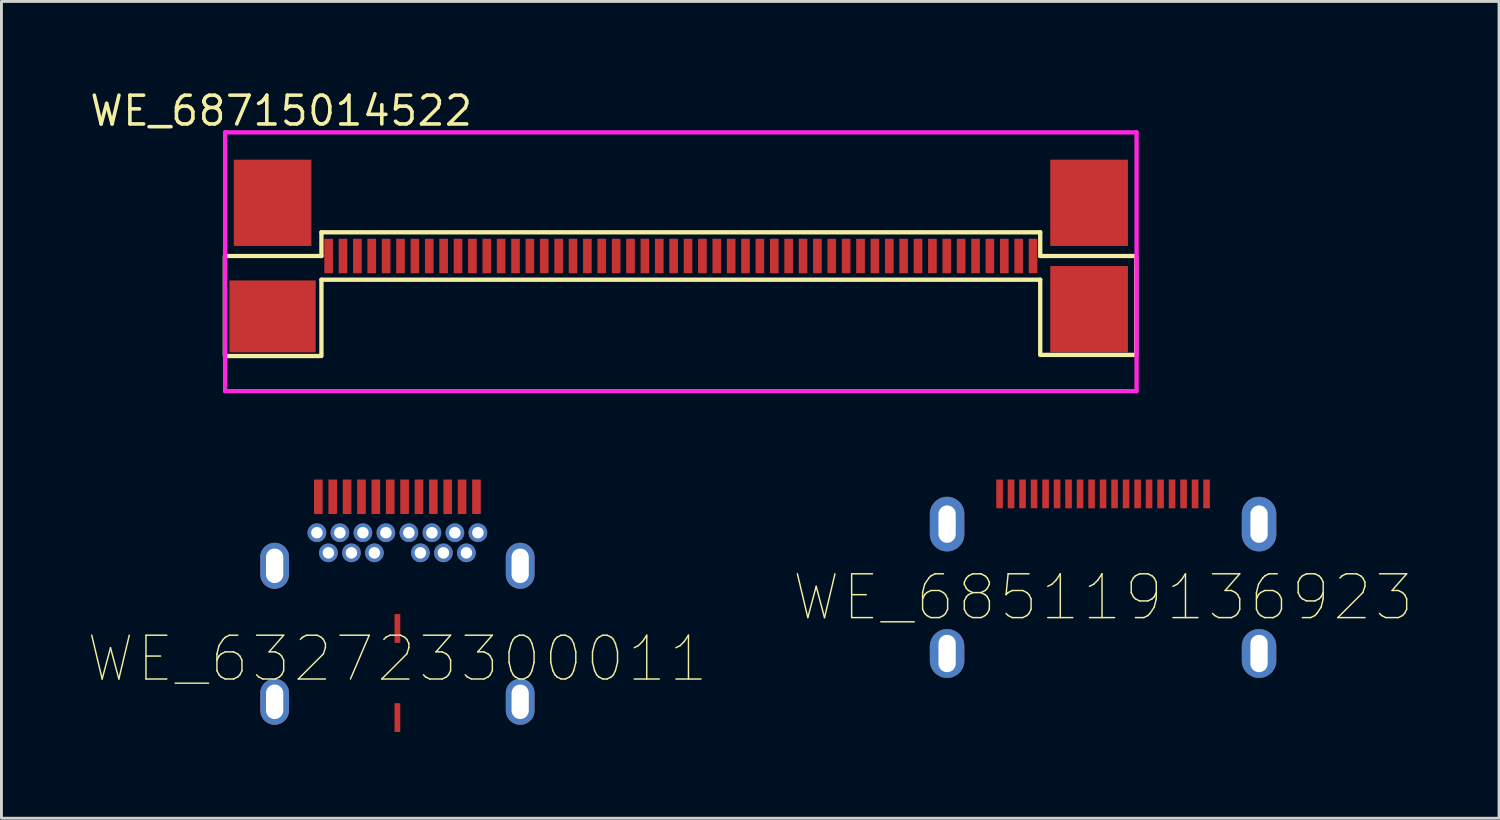
<source format=kicad_pcb>
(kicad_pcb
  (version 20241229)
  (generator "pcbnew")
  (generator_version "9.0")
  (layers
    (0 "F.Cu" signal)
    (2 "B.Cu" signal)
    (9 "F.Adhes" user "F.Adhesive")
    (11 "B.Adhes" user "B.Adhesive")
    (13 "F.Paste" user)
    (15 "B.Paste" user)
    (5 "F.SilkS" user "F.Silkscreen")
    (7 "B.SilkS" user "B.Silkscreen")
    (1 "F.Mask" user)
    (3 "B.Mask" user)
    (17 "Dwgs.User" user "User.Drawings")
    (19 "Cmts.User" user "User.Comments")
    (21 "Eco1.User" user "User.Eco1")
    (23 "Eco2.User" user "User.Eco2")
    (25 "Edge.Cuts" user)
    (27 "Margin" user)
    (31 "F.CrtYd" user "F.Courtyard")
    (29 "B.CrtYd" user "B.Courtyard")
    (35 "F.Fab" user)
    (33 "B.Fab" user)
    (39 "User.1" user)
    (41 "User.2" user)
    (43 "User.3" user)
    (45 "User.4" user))
  (footprint "WE_68715014522"
    (layer "F.Cu")
    (at 20.63 5.254)
    (property "Reference" "WE_68715014522" (at -13.9 -4.45 0) (layer "F.SilkS") (effects (font (size 1 1) (thickness 0.125))))
    (attr smd)
    (fp_line (start -15.86 4.05) (end -15.86 0.6) (stroke (width 0.15) (type solid)) (layer "F.SilkS"))
    (fp_line (start -15.83 0.6) (end -12.5 0.6) (stroke (width 0.15) (type solid)) (layer "F.SilkS"))
    (fp_line (start -12.56 4.08) (end -15.84 4.08) (stroke (width 0.15) (type solid)) (layer "F.SilkS"))
    (fp_line (start -12.5 -0.225) (end 12.5 -0.225) (stroke (width 0.15) (type solid)) (layer "F.SilkS"))
    (fp_line (start -12.5 0.6) (end -12.5 -0.225) (stroke (width 0.15) (type solid)) (layer "F.SilkS"))
    (fp_line (start -12.5 1.425) (end -12.5 4.08) (stroke (width 0.15) (type solid)) (layer "F.SilkS"))
    (fp_line (start -12.5 1.425) (end 12.5 1.425) (stroke (width 0.15) (type solid)) (layer "F.SilkS"))
    (fp_line (start 12.5 0.6) (end 12.5 -0.225) (stroke (width 0.15) (type solid)) (layer "F.SilkS"))
    (fp_line (start 12.5 1.425) (end 12.5 4.01) (stroke (width 0.15) (type solid)) (layer "F.SilkS"))
    (fp_line (start 12.5 4.04) (end 15.84 4.04) (stroke (width 0.15) (type solid)) (layer "F.SilkS"))
    (fp_line (start 15.81 0.6) (end 12.5 0.6) (stroke (width 0.15) (type solid)) (layer "F.SilkS"))
    (fp_line (start 15.84 4.04) (end 15.84 0.6) (stroke (width 0.15) (type solid)) (layer "F.SilkS"))
    (fp_line (start -15.85 -3.7) (end -15.85 5.3) (stroke (width 0.15) (type solid)) (layer "F.CrtYd"))
    (fp_line (start -15.85 5.3) (end 15.85 5.3) (stroke (width 0.15) (type solid)) (layer "F.CrtYd"))
    (fp_line (start 15.85 -3.7) (end -15.85 -3.7) (stroke (width 0.15) (type solid)) (layer "F.CrtYd"))
    (fp_line (start 15.85 5.3) (end 15.85 -3.7) (stroke (width 0.15) (type solid)) (layer "F.CrtYd"))
    (pad "1" smd rect (at -12.25 0.6) (size 0.3 1.2) (layers "F.Cu" "F.Mask" "F.Paste"))
    (pad "2" smd rect (at -11.75 0.6) (size 0.3 1.2) (layers "F.Cu" "F.Mask" "F.Paste"))
    (pad "3" smd rect (at -11.25 0.6) (size 0.3 1.2) (layers "F.Cu" "F.Mask" "F.Paste"))
    (pad "4" smd rect (at -10.75 0.6) (size 0.3 1.2) (layers "F.Cu" "F.Mask" "F.Paste"))
    (pad "5" smd rect (at -10.25 0.6) (size 0.3 1.2) (layers "F.Cu" "F.Mask" "F.Paste"))
    (pad "6" smd rect (at -9.75 0.6) (size 0.3 1.2) (layers "F.Cu" "F.Mask" "F.Paste"))
    (pad "7" smd rect (at -9.25 0.6) (size 0.3 1.2) (layers "F.Cu" "F.Mask" "F.Paste"))
    (pad "8" smd rect (at -8.75 0.6) (size 0.3 1.2) (layers "F.Cu" "F.Mask" "F.Paste"))
    (pad "9" smd rect (at -8.25 0.6) (size 0.3 1.2) (layers "F.Cu" "F.Mask" "F.Paste"))
    (pad "10" smd rect (at -7.75 0.6) (size 0.3 1.2) (layers "F.Cu" "F.Mask" "F.Paste"))
    (pad "11" smd rect (at -7.25 0.6) (size 0.3 1.2) (layers "F.Cu" "F.Mask" "F.Paste"))
    (pad "12" smd rect (at -6.75 0.6) (size 0.3 1.2) (layers "F.Cu" "F.Mask" "F.Paste"))
    (pad "13" smd rect (at -6.25 0.6) (size 0.3 1.2) (layers "F.Cu" "F.Mask" "F.Paste"))
    (pad "14" smd rect (at -5.75 0.6) (size 0.3 1.2) (layers "F.Cu" "F.Mask" "F.Paste"))
    (pad "15" smd rect (at -5.25 0.6) (size 0.3 1.2) (layers "F.Cu" "F.Mask" "F.Paste"))
    (pad "16" smd rect (at -4.75 0.6) (size 0.3 1.2) (layers "F.Cu" "F.Mask" "F.Paste"))
    (pad "17" smd rect (at -4.25 0.6) (size 0.3 1.2) (layers "F.Cu" "F.Mask" "F.Paste"))
    (pad "18" smd rect (at -3.75 0.6) (size 0.3 1.2) (layers "F.Cu" "F.Mask" "F.Paste"))
    (pad "19" smd rect (at -3.25 0.6) (size 0.3 1.2) (layers "F.Cu" "F.Mask" "F.Paste"))
    (pad "20" smd rect (at -2.75 0.6) (size 0.3 1.2) (layers "F.Cu" "F.Mask" "F.Paste"))
    (pad "21" smd rect (at -2.25 0.6) (size 0.3 1.2) (layers "F.Cu" "F.Mask" "F.Paste"))
    (pad "22" smd rect (at -1.75 0.6) (size 0.3 1.2) (layers "F.Cu" "F.Mask" "F.Paste"))
    (pad "23" smd rect (at -1.25 0.6) (size 0.3 1.2) (layers "F.Cu" "F.Mask" "F.Paste"))
    (pad "24" smd rect (at -0.75 0.6) (size 0.3 1.2) (layers "F.Cu" "F.Mask" "F.Paste"))
    (pad "25" smd rect (at -0.25 0.6) (size 0.3 1.2) (layers "F.Cu" "F.Mask" "F.Paste"))
    (pad "26" smd rect (at 0.25 0.6) (size 0.3 1.2) (layers "F.Cu" "F.Mask" "F.Paste"))
    (pad "27" smd rect (at 0.75 0.6) (size 0.3 1.2) (layers "F.Cu" "F.Mask" "F.Paste"))
    (pad "28" smd rect (at 1.25 0.6) (size 0.3 1.2) (layers "F.Cu" "F.Mask" "F.Paste"))
    (pad "29" smd rect (at 1.75 0.6) (size 0.3 1.2) (layers "F.Cu" "F.Mask" "F.Paste"))
    (pad "30" smd rect (at 2.25 0.6) (size 0.3 1.2) (layers "F.Cu" "F.Mask" "F.Paste"))
    (pad "31" smd rect (at 2.75 0.6) (size 0.3 1.2) (layers "F.Cu" "F.Mask" "F.Paste"))
    (pad "32" smd rect (at 3.25 0.6) (size 0.3 1.2) (layers "F.Cu" "F.Mask" "F.Paste"))
    (pad "33" smd rect (at 3.75 0.6) (size 0.3 1.2) (layers "F.Cu" "F.Mask" "F.Paste"))
    (pad "34" smd rect (at 4.25 0.6) (size 0.3 1.2) (layers "F.Cu" "F.Mask" "F.Paste"))
    (pad "35" smd rect (at 4.75 0.6) (size 0.3 1.2) (layers "F.Cu" "F.Mask" "F.Paste"))
    (pad "36" smd rect (at 5.25 0.6) (size 0.3 1.2) (layers "F.Cu" "F.Mask" "F.Paste"))
    (pad "37" smd rect (at 5.75 0.6) (size 0.3 1.2) (layers "F.Cu" "F.Mask" "F.Paste"))
    (pad "38" smd rect (at 6.25 0.6) (size 0.3 1.2) (layers "F.Cu" "F.Mask" "F.Paste"))
    (pad "39" smd rect (at 6.75 0.6) (size 0.3 1.2) (layers "F.Cu" "F.Mask" "F.Paste"))
    (pad "40" smd rect (at 7.25 0.6) (size 0.3 1.2) (layers "F.Cu" "F.Mask" "F.Paste"))
    (pad "41" smd rect (at 7.75 0.6) (size 0.3 1.2) (layers "F.Cu" "F.Mask" "F.Paste"))
    (pad "42" smd rect (at 8.25 0.6) (size 0.3 1.2) (layers "F.Cu" "F.Mask" "F.Paste"))
    (pad "43" smd rect (at 8.75 0.6) (size 0.3 1.2) (layers "F.Cu" "F.Mask" "F.Paste"))
    (pad "44" smd rect (at 9.25 0.6) (size 0.3 1.2) (layers "F.Cu" "F.Mask" "F.Paste"))
    (pad "45" smd rect (at 9.75 0.6) (size 0.3 1.2) (layers "F.Cu" "F.Mask" "F.Paste"))
    (pad "46" smd rect (at 10.25 0.6) (size 0.3 1.2) (layers "F.Cu" "F.Mask" "F.Paste"))
    (pad "47" smd rect (at 10.75 0.6) (size 0.3 1.2) (layers "F.Cu" "F.Mask" "F.Paste"))
    (pad "48" smd rect (at 11.25 0.6) (size 0.3 1.2) (layers "F.Cu" "F.Mask" "F.Paste"))
    (pad "49" smd rect (at 11.75 0.6) (size 0.3 1.2) (layers "F.Cu" "F.Mask" "F.Paste"))
    (pad "50" smd rect (at 12.25 0.6) (size 0.3 1.2) (layers "F.Cu" "F.Mask" "F.Paste"))
    (pad "~" smd rect (at -14.2 -1.25) (size 2.7 3) (layers "F.Cu" "F.Mask" "F.Paste"))
    (pad "~" smd rect (at -14.2 2.7) (size 3 2.5) (layers "F.Cu" "F.Mask" "F.Paste"))
    (pad "~" smd rect (at 14.2 -1.25) (size 2.7 3) (layers "F.Cu" "F.Mask" "F.Paste"))
    (pad "~" smd rect (at 14.2 2.45) (size 2.7 3) (layers "F.Cu" "F.Mask" "F.Paste")))
  (footprint "WE_685119136923"
    (layer "F.Cu")
    (at 35.316 17.729)
    (property "Reference" "WE_685119136923" (at 0 0 0) (layer "F.SilkS") (effects (font (size 1.524 1.524) (thickness 0.05))))
    (attr smd)
    (pad "1" smd rect (at 3.6 -3.6) (size 0.23 1) (layers "F.Cu" "F.Mask" "F.Paste"))
    (pad "2" smd rect (at 3.2 -3.6) (size 0.23 1) (layers "F.Cu" "F.Mask" "F.Paste"))
    (pad "3" smd rect (at 2.8 -3.6) (size 0.23 1) (layers "F.Cu" "F.Mask" "F.Paste"))
    (pad "4" smd rect (at 2.4 -3.6) (size 0.23 1) (layers "F.Cu" "F.Mask" "F.Paste"))
    (pad "5" smd rect (at 2 -3.6) (size 0.23 1) (layers "F.Cu" "F.Mask" "F.Paste"))
    (pad "6" smd rect (at 1.6 -3.6) (size 0.23 1) (layers "F.Cu" "F.Mask" "F.Paste"))
    (pad "7" smd rect (at 1.2 -3.6) (size 0.23 1) (layers "F.Cu" "F.Mask" "F.Paste"))
    (pad "8" smd rect (at 0.8 -3.6) (size 0.23 1) (layers "F.Cu" "F.Mask" "F.Paste"))
    (pad "9" smd rect (at 0.4 -3.6) (size 0.23 1) (layers "F.Cu" "F.Mask" "F.Paste"))
    (pad "10" smd rect (at 0 -3.6) (size 0.23 1) (layers "F.Cu" "F.Mask" "F.Paste"))
    (pad "11" smd rect (at -0.4 -3.6) (size 0.23 1) (layers "F.Cu" "F.Mask" "F.Paste"))
    (pad "12" smd rect (at -0.8 -3.6) (size 0.23 1) (layers "F.Cu" "F.Mask" "F.Paste"))
    (pad "13" smd rect (at -1.2 -3.6) (size 0.23 1) (layers "F.Cu" "F.Mask" "F.Paste"))
    (pad "14" smd rect (at -1.6 -3.6) (size 0.23 1) (layers "F.Cu" "F.Mask" "F.Paste"))
    (pad "15" smd rect (at -2 -3.6) (size 0.23 1) (layers "F.Cu" "F.Mask" "F.Paste"))
    (pad "16" smd rect (at -2.4 -3.6) (size 0.23 1) (layers "F.Cu" "F.Mask" "F.Paste"))
    (pad "17" smd rect (at -2.8 -3.6) (size 0.23 1) (layers "F.Cu" "F.Mask" "F.Paste"))
    (pad "18" smd rect (at -3.2 -3.6) (size 0.23 1) (layers "F.Cu" "F.Mask" "F.Paste"))
    (pad "19" smd rect (at -3.6 -3.6) (size 0.23 1) (layers "F.Cu" "F.Mask" "F.Paste"))
    (pad "Shell" thru_hole oval (at -5.425 -2.55) (size 1.2 1.9) (drill oval 0.6 1.3) (layers "*.Cu" "*.Mask"))
    (pad "Shell" thru_hole oval (at -5.425 1.95) (size 1.2 1.7) (drill oval 0.6 1.3) (layers "*.Cu" "*.Mask"))
    (pad "Shell" thru_hole oval (at 5.425 -2.55) (size 1.2 1.9) (drill oval 0.6 1.3) (layers "*.Cu" "*.Mask"))
    (pad "Shell" thru_hole oval (at 5.425 1.95) (size 1.2 1.7) (drill oval 0.6 1.3) (layers "*.Cu" "*.Mask")))
  (footprint "WE_632723300011"
    (layer "F.Cu")
    (at 10.772 19.864)
    (property "Reference" "WE_632723300011" (at 0 0 0) (layer "F.SilkS") (effects (font (size 1.524 1.524) (thickness 0.05))))
    (attr smd)
    (pad "" smd rect (at -0.00008 -1.055) (size 0.2 1) (layers "F.Cu" "F.Mask" "F.Paste"))
    (pad "" smd rect (at -0.00008 2.045) (size 0.2 1) (layers "F.Cu" "F.Mask" "F.Paste"))
    (pad "A1" smd rect (at -2.75 -5.635) (size 0.3 1.2) (layers "F.Cu" "F.Mask" "F.Paste"))
    (pad "A2" smd rect (at -2.25 -5.635) (size 0.3 1.2) (layers "F.Cu" "F.Mask" "F.Paste"))
    (pad "A3" smd rect (at -1.75 -5.635) (size 0.3 1.2) (layers "F.Cu" "F.Mask" "F.Paste"))
    (pad "A4" smd rect (at -1.25 -5.635) (size 0.3 1.2) (layers "F.Cu" "F.Mask" "F.Paste"))
    (pad "A5" smd rect (at -0.75 -5.635) (size 0.3 1.2) (layers "F.Cu" "F.Mask" "F.Paste"))
    (pad "A6" smd rect (at -0.25 -5.635) (size 0.3 1.2) (layers "F.Cu" "F.Mask" "F.Paste"))
    (pad "A7" smd rect (at 0.25 -5.635) (size 0.3 1.2) (layers "F.Cu" "F.Mask" "F.Paste"))
    (pad "A8" smd rect (at 0.75 -5.635) (size 0.3 1.2) (layers "F.Cu" "F.Mask" "F.Paste"))
    (pad "A9" smd rect (at 1.25 -5.635) (size 0.3 1.2) (layers "F.Cu" "F.Mask" "F.Paste"))
    (pad "A10" smd rect (at 1.75 -5.635) (size 0.3 1.2) (layers "F.Cu" "F.Mask" "F.Paste"))
    (pad "A11" smd rect (at 2.25 -5.635) (size 0.3 1.2) (layers "F.Cu" "F.Mask" "F.Paste"))
    (pad "A12" smd rect (at 2.75 -5.635) (size 0.3 1.2) (layers "F.Cu" "F.Mask" "F.Paste"))
    (pad "B1" thru_hole circle (at 2.8 -4.385) (size 0.65 0.65) (drill 0.4) (layers "*.Cu" "*.Mask"))
    (pad "B2" thru_hole circle (at 2.4 -3.685) (size 0.65 0.65) (drill 0.4) (layers "*.Cu" "*.Mask"))
    (pad "B3" thru_hole circle (at 1.6 -3.685) (size 0.65 0.65) (drill 0.4) (layers "*.Cu" "*.Mask"))
    (pad "B4" thru_hole circle (at 1.2 -4.385) (size 0.65 0.65) (drill 0.4) (layers "*.Cu" "*.Mask"))
    (pad "B5" thru_hole circle (at 0.8 -3.685) (size 0.65 0.65) (drill 0.4) (layers "*.Cu" "*.Mask"))
    (pad "B6" thru_hole circle (at 0.4 -4.385) (size 0.65 0.65) (drill 0.4) (layers "*.Cu" "*.Mask"))
    (pad "B7" thru_hole circle (at -0.4 -4.385) (size 0.65 0.65) (drill 0.4) (layers "*.Cu" "*.Mask"))
    (pad "B8" thru_hole circle (at -0.8 -3.685) (size 0.65 0.65) (drill 0.4) (layers "*.Cu" "*.Mask"))
    (pad "B9" thru_hole circle (at -1.2 -4.385) (size 0.65 0.65) (drill 0.4) (layers "*.Cu" "*.Mask"))
    (pad "B10" thru_hole circle (at -1.6 -3.685) (size 0.65 0.65) (drill 0.4) (layers "*.Cu" "*.Mask"))
    (pad "B11" thru_hole circle (at -2.4 -3.685) (size 0.65 0.65) (drill 0.4) (layers "*.Cu" "*.Mask"))
    (pad "B12" thru_hole circle (at -2.8 -4.385) (size 0.65 0.65) (drill 0.4) (layers "*.Cu" "*.Mask"))
    (pad "Shell" thru_hole oval (at -4.27 -3.235) (size 1 1.6) (drill oval 0.6 1.2) (layers "*.Cu" "*.Mask"))
    (pad "Shell" thru_hole oval (at -4.27 1.495) (size 1 1.6) (drill oval 0.6 1.2) (layers "*.Cu" "*.Mask"))
    (pad "Shell" thru_hole circle (at -2 -4.385) (size 0.65 0.65) (drill 0.4) (layers "*.Cu" "*.Mask"))
    (pad "Shell" thru_hole circle (at 2 -4.385) (size 0.65 0.65) (drill 0.4) (layers "*.Cu" "*.Mask"))
    (pad "Shell" thru_hole oval (at 4.27 -3.235) (size 1 1.6) (drill oval 0.6 1.2) (layers "*.Cu" "*.Mask"))
    (pad "Shell" thru_hole oval (at 4.27 1.495) (size 1 1.6) (drill oval 0.6 1.2) (layers "*.Cu" "*.Mask")))
  (gr_rect
    (start -3 -3)
    (end 49.088 25.409)
    (stroke (width 0.1) (type default))
    (fill no)
    (layer "Edge.Cuts")))
</source>
